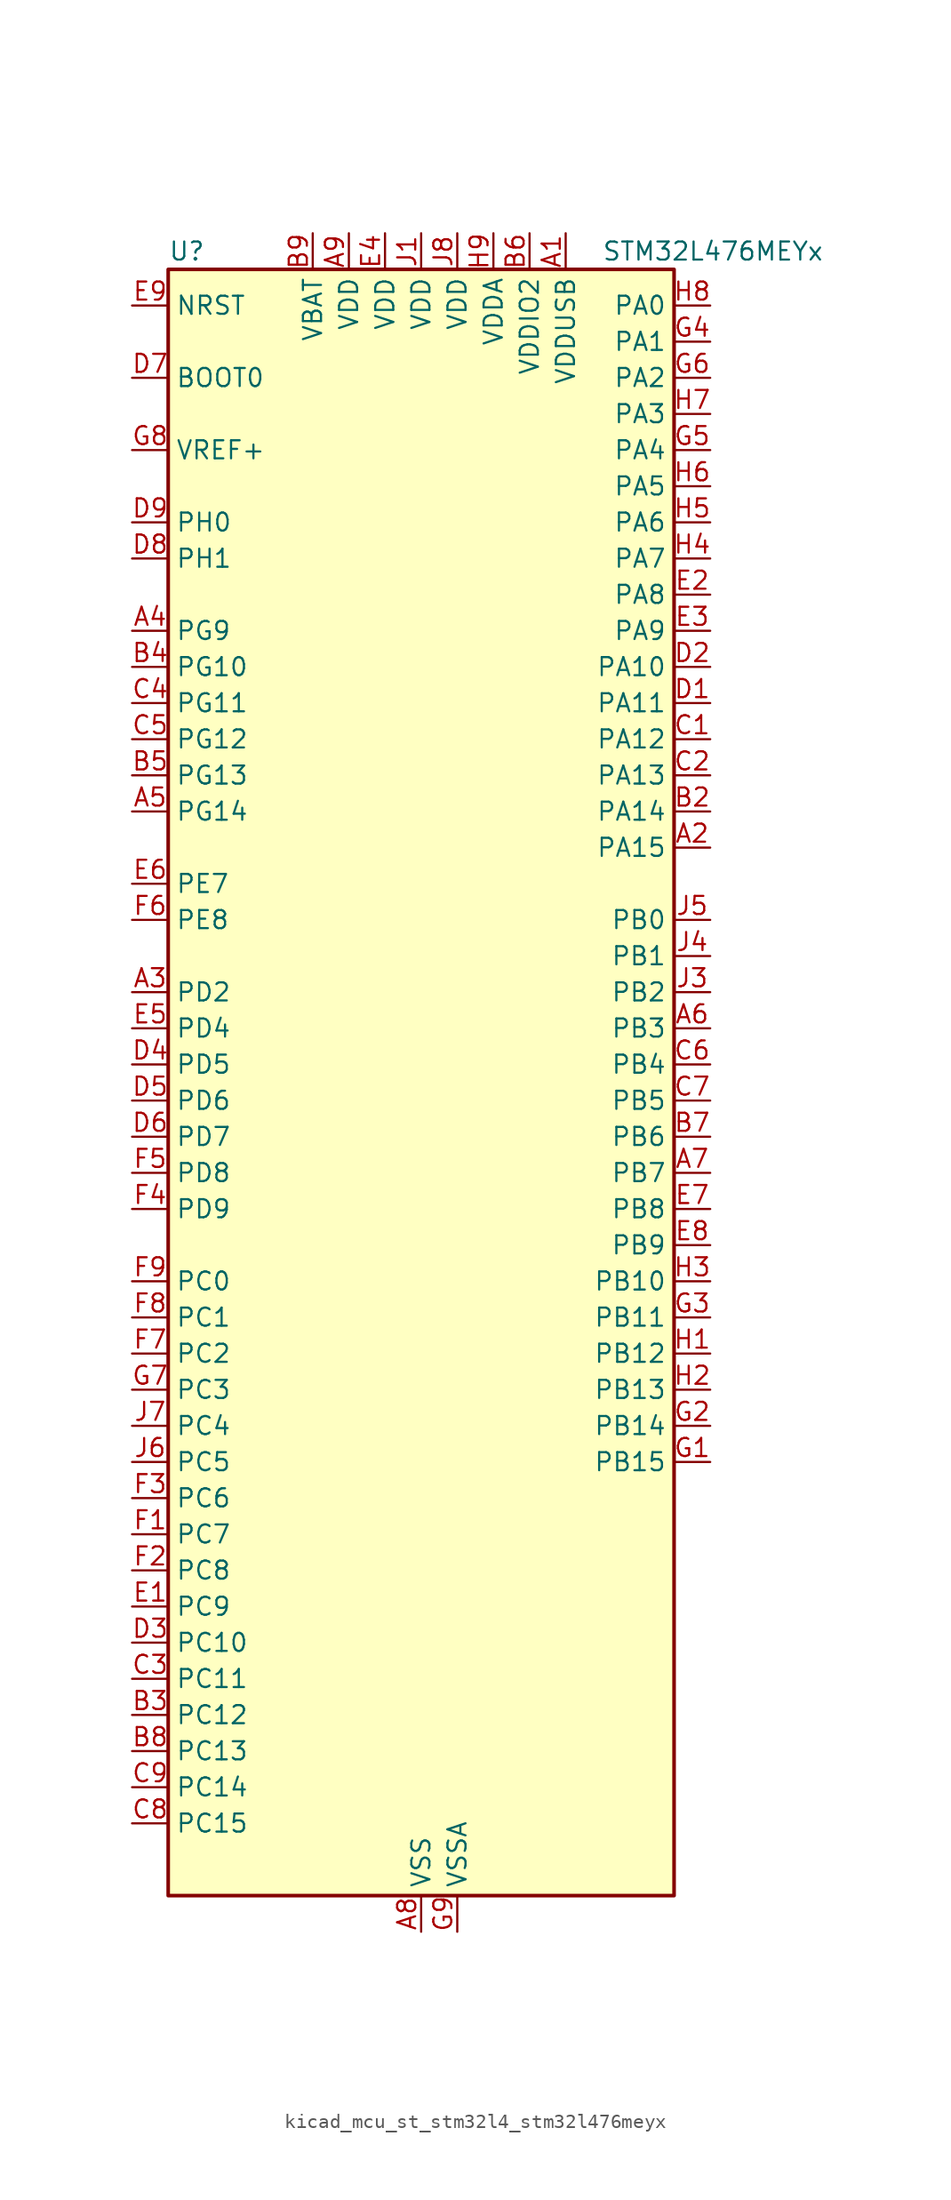
<source format=kicad_sym>
(kicad_symbol_lib
  (version 20220914)
  (generator kicad_symbol_editor)
  (symbol "kicad_mcu_st_stm32l4_stm32l476meyx"
    (property "Reference" "U"
      (at -17.78 59.69 0)
      (effects (font (size 1.27 1.27)) (justify left)))
    (property "Value" "STM32L476MEYx"
      (at 12.7 59.69 0)
      (effects (font (size 1.27 1.27)) (justify left)))
    (property "ki_locked" ""
      (at 0 0 0)
      (effects (font (size 1.27 1.27))))
    (symbol "kicad_mcu_st_stm32l4_stm32l476meyx_0_1"
      (rectangle (start -17.78 -55.88) (end 17.78 58.42) (stroke (width 0.254) (type default)) (fill (type background))))
    (symbol "kicad_mcu_st_stm32l4_stm32l476meyx_1_1"
      (pin power_in line (at 10.16 60.96 270) (length 2.54) (name "VDDUSB" (effects (font (size 1.27 1.27)))) (number "A1" (effects (font (size 1.27 1.27)))))
      (pin bidirectional line (at 20.32 17.78 180) (length 2.54) (name "PA15" (effects (font (size 1.27 1.27)))) (number "A2" (effects (font (size 1.27 1.27)))) (alternate "ADC1_EXTI15" bidirectional line) (alternate "ADC2_EXTI15" bidirectional line) (alternate "ADC3_EXTI15" bidirectional line) (alternate "LCD_SEG17" bidirectional line) (alternate "SAI2_FS_B" bidirectional line) (alternate "SPI1_NSS" bidirectional line) (alternate "SPI3_NSS" bidirectional line) (alternate "SYS_JTDI" bidirectional line) (alternate "TIM2_CH1" bidirectional line) (alternate "TIM2_ETR" bidirectional line) (alternate "TSC_G3_IO1" bidirectional line) (alternate "UART4_DE" bidirectional line) (alternate "UART4_RTS" bidirectional line))
      (pin bidirectional line (at -20.32 7.62 0) (length 2.54) (name "PD2" (effects (font (size 1.27 1.27)))) (number "A3" (effects (font (size 1.27 1.27)))) (alternate "LCD_COM7" bidirectional line) (alternate "LCD_SEG31" bidirectional line) (alternate "LCD_SEG43" bidirectional line) (alternate "SDMMC1_CMD" bidirectional line) (alternate "TIM3_ETR" bidirectional line) (alternate "TSC_SYNC" bidirectional line) (alternate "UART5_RX" bidirectional line) (alternate "USART3_DE" bidirectional line) (alternate "USART3_RTS" bidirectional line))
      (pin bidirectional line (at -20.32 33.02 0) (length 2.54) (name "PG9" (effects (font (size 1.27 1.27)))) (number "A4" (effects (font (size 1.27 1.27)))) (alternate "DAC1_EXTI9" bidirectional line) (alternate "SAI2_SCK_A" bidirectional line) (alternate "SPI3_SCK" bidirectional line) (alternate "TIM15_CH1N" bidirectional line) (alternate "USART1_TX" bidirectional line))
      (pin bidirectional line (at -20.32 20.32 0) (length 2.54) (name "PG14" (effects (font (size 1.27 1.27)))) (number "A5" (effects (font (size 1.27 1.27)))) (alternate "I2C1_SCL" bidirectional line))
      (pin bidirectional line (at 20.32 5.08 180) (length 2.54) (name "PB3" (effects (font (size 1.27 1.27)))) (number "A6" (effects (font (size 1.27 1.27)))) (alternate "COMP2_INM" bidirectional line) (alternate "LCD_SEG7" bidirectional line) (alternate "SAI1_SCK_B" bidirectional line) (alternate "SPI1_SCK" bidirectional line) (alternate "SPI3_SCK" bidirectional line) (alternate "SYS_JTDO-SWO" bidirectional line) (alternate "TIM2_CH2" bidirectional line) (alternate "USART1_DE" bidirectional line) (alternate "USART1_RTS" bidirectional line))
      (pin bidirectional line (at 20.32 -5.08 180) (length 2.54) (name "PB7" (effects (font (size 1.27 1.27)))) (number "A7" (effects (font (size 1.27 1.27)))) (alternate "COMP2_INM" bidirectional line) (alternate "DFSDM1_CKIN5" bidirectional line) (alternate "I2C1_SDA" bidirectional line) (alternate "LCD_SEG21" bidirectional line) (alternate "LPTIM1_IN2" bidirectional line) (alternate "SYS_PVD_IN" bidirectional line) (alternate "TIM17_CH1N" bidirectional line) (alternate "TIM4_CH2" bidirectional line) (alternate "TIM8_BKIN" bidirectional line) (alternate "TIM8_BKIN_COMP1" bidirectional line) (alternate "TSC_G2_IO4" bidirectional line) (alternate "UART4_CTS" bidirectional line) (alternate "USART1_RX" bidirectional line))
      (pin power_in line (at 0 -58.42 90) (length 2.54) (name "VSS" (effects (font (size 1.27 1.27)))) (number "A8" (effects (font (size 1.27 1.27)))))
      (pin power_in line (at -5.08 60.96 270) (length 2.54) (name "VDD" (effects (font (size 1.27 1.27)))) (number "A9" (effects (font (size 1.27 1.27)))))
      (pin passive line (at 0 -58.42 90) (length 2.54) hide (name "VSS" (effects (font (size 1.27 1.27)))) (number "B1" (effects (font (size 1.27 1.27)))))
      (pin bidirectional line (at 20.32 20.32 180) (length 2.54) (name "PA14" (effects (font (size 1.27 1.27)))) (number "B2" (effects (font (size 1.27 1.27)))) (alternate "SYS_JTCK-SWCLK" bidirectional line))
      (pin bidirectional line (at -20.32 -43.18 0) (length 2.54) (name "PC12" (effects (font (size 1.27 1.27)))) (number "B3" (effects (font (size 1.27 1.27)))) (alternate "LCD_COM6" bidirectional line) (alternate "LCD_SEG30" bidirectional line) (alternate "LCD_SEG42" bidirectional line) (alternate "SAI2_SD_B" bidirectional line) (alternate "SDMMC1_CK" bidirectional line) (alternate "SPI3_MOSI" bidirectional line) (alternate "TSC_G3_IO4" bidirectional line) (alternate "UART5_TX" bidirectional line) (alternate "USART3_CK" bidirectional line))
      (pin bidirectional line (at -20.32 30.48 0) (length 2.54) (name "PG10" (effects (font (size 1.27 1.27)))) (number "B4" (effects (font (size 1.27 1.27)))) (alternate "LPTIM1_IN1" bidirectional line) (alternate "SAI2_FS_A" bidirectional line) (alternate "SPI3_MISO" bidirectional line) (alternate "TIM15_CH1" bidirectional line) (alternate "USART1_RX" bidirectional line))
      (pin bidirectional line (at -20.32 22.86 0) (length 2.54) (name "PG13" (effects (font (size 1.27 1.27)))) (number "B5" (effects (font (size 1.27 1.27)))) (alternate "I2C1_SDA" bidirectional line) (alternate "USART1_CK" bidirectional line))
      (pin power_in line (at 7.62 60.96 270) (length 2.54) (name "VDDIO2" (effects (font (size 1.27 1.27)))) (number "B6" (effects (font (size 1.27 1.27)))))
      (pin bidirectional line (at 20.32 -2.54 180) (length 2.54) (name "PB6" (effects (font (size 1.27 1.27)))) (number "B7" (effects (font (size 1.27 1.27)))) (alternate "COMP2_INP" bidirectional line) (alternate "DFSDM1_DATIN5" bidirectional line) (alternate "I2C1_SCL" bidirectional line) (alternate "LPTIM1_ETR" bidirectional line) (alternate "SAI1_FS_B" bidirectional line) (alternate "TIM16_CH1N" bidirectional line) (alternate "TIM4_CH1" bidirectional line) (alternate "TIM8_BKIN2" bidirectional line) (alternate "TIM8_BKIN2_COMP2" bidirectional line) (alternate "TSC_G2_IO3" bidirectional line) (alternate "USART1_TX" bidirectional line))
      (pin bidirectional line (at -20.32 -45.72 0) (length 2.54) (name "PC13" (effects (font (size 1.27 1.27)))) (number "B8" (effects (font (size 1.27 1.27)))) (alternate "RTC_OUT_ALARM" bidirectional line) (alternate "RTC_OUT_CALIB" bidirectional line) (alternate "RTC_TAMP1" bidirectional line) (alternate "RTC_TS" bidirectional line) (alternate "SYS_WKUP2" bidirectional line))
      (pin power_in line (at -7.62 60.96 270) (length 2.54) (name "VBAT" (effects (font (size 1.27 1.27)))) (number "B9" (effects (font (size 1.27 1.27)))))
      (pin bidirectional line (at 20.32 25.4 180) (length 2.54) (name "PA12" (effects (font (size 1.27 1.27)))) (number "C1" (effects (font (size 1.27 1.27)))) (alternate "CAN1_TX" bidirectional line) (alternate "TIM1_ETR" bidirectional line) (alternate "USART1_DE" bidirectional line) (alternate "USART1_RTS" bidirectional line) (alternate "USB_OTG_FS_DP" bidirectional line))
      (pin bidirectional line (at 20.32 22.86 180) (length 2.54) (name "PA13" (effects (font (size 1.27 1.27)))) (number "C2" (effects (font (size 1.27 1.27)))) (alternate "IR_OUT" bidirectional line) (alternate "SYS_JTMS-SWDIO" bidirectional line) (alternate "USB_OTG_FS_NOE" bidirectional line))
      (pin bidirectional line (at -20.32 -40.64 0) (length 2.54) (name "PC11" (effects (font (size 1.27 1.27)))) (number "C3" (effects (font (size 1.27 1.27)))) (alternate "ADC1_EXTI11" bidirectional line) (alternate "ADC2_EXTI11" bidirectional line) (alternate "ADC3_EXTI11" bidirectional line) (alternate "LCD_COM5" bidirectional line) (alternate "LCD_SEG29" bidirectional line) (alternate "LCD_SEG41" bidirectional line) (alternate "SAI2_MCLK_B" bidirectional line) (alternate "SDMMC1_D3" bidirectional line) (alternate "SPI3_MISO" bidirectional line) (alternate "TSC_G3_IO3" bidirectional line) (alternate "UART4_RX" bidirectional line) (alternate "USART3_RX" bidirectional line))
      (pin bidirectional line (at -20.32 27.94 0) (length 2.54) (name "PG11" (effects (font (size 1.27 1.27)))) (number "C4" (effects (font (size 1.27 1.27)))) (alternate "ADC1_EXTI11" bidirectional line) (alternate "ADC2_EXTI11" bidirectional line) (alternate "ADC3_EXTI11" bidirectional line) (alternate "LPTIM1_IN2" bidirectional line) (alternate "SAI2_MCLK_A" bidirectional line) (alternate "SPI3_MOSI" bidirectional line) (alternate "TIM15_CH2" bidirectional line) (alternate "USART1_CTS" bidirectional line))
      (pin bidirectional line (at -20.32 25.4 0) (length 2.54) (name "PG12" (effects (font (size 1.27 1.27)))) (number "C5" (effects (font (size 1.27 1.27)))) (alternate "LPTIM1_ETR" bidirectional line) (alternate "SAI2_SD_A" bidirectional line) (alternate "SPI3_NSS" bidirectional line) (alternate "USART1_DE" bidirectional line) (alternate "USART1_RTS" bidirectional line))
      (pin bidirectional line (at 20.32 2.54 180) (length 2.54) (name "PB4" (effects (font (size 1.27 1.27)))) (number "C6" (effects (font (size 1.27 1.27)))) (alternate "COMP2_INP" bidirectional line) (alternate "LCD_SEG8" bidirectional line) (alternate "SAI1_MCLK_B" bidirectional line) (alternate "SPI1_MISO" bidirectional line) (alternate "SPI3_MISO" bidirectional line) (alternate "SYS_JTRST" bidirectional line) (alternate "TIM17_BKIN" bidirectional line) (alternate "TIM3_CH1" bidirectional line) (alternate "TSC_G2_IO1" bidirectional line) (alternate "UART5_DE" bidirectional line) (alternate "UART5_RTS" bidirectional line) (alternate "USART1_CTS" bidirectional line))
      (pin bidirectional line (at 20.32 0 180) (length 2.54) (name "PB5" (effects (font (size 1.27 1.27)))) (number "C7" (effects (font (size 1.27 1.27)))) (alternate "COMP2_OUT" bidirectional line) (alternate "I2C1_SMBA" bidirectional line) (alternate "LCD_SEG9" bidirectional line) (alternate "LPTIM1_IN1" bidirectional line) (alternate "SAI1_SD_B" bidirectional line) (alternate "SPI1_MOSI" bidirectional line) (alternate "SPI3_MOSI" bidirectional line) (alternate "TIM16_BKIN" bidirectional line) (alternate "TIM3_CH2" bidirectional line) (alternate "TSC_G2_IO2" bidirectional line) (alternate "UART5_CTS" bidirectional line) (alternate "USART1_CK" bidirectional line))
      (pin bidirectional line (at -20.32 -50.8 0) (length 2.54) (name "PC15" (effects (font (size 1.27 1.27)))) (number "C8" (effects (font (size 1.27 1.27)))) (alternate "ADC1_EXTI15" bidirectional line) (alternate "ADC2_EXTI15" bidirectional line) (alternate "ADC3_EXTI15" bidirectional line) (alternate "RCC_OSC32_OUT" bidirectional line))
      (pin bidirectional line (at -20.32 -48.26 0) (length 2.54) (name "PC14" (effects (font (size 1.27 1.27)))) (number "C9" (effects (font (size 1.27 1.27)))) (alternate "RCC_OSC32_IN" bidirectional line))
      (pin bidirectional line (at 20.32 27.94 180) (length 2.54) (name "PA11" (effects (font (size 1.27 1.27)))) (number "D1" (effects (font (size 1.27 1.27)))) (alternate "ADC1_EXTI11" bidirectional line) (alternate "ADC2_EXTI11" bidirectional line) (alternate "ADC3_EXTI11" bidirectional line) (alternate "CAN1_RX" bidirectional line) (alternate "TIM1_BKIN2" bidirectional line) (alternate "TIM1_BKIN2_COMP1" bidirectional line) (alternate "TIM1_CH4" bidirectional line) (alternate "USART1_CTS" bidirectional line) (alternate "USB_OTG_FS_DM" bidirectional line))
      (pin bidirectional line (at 20.32 30.48 180) (length 2.54) (name "PA10" (effects (font (size 1.27 1.27)))) (number "D2" (effects (font (size 1.27 1.27)))) (alternate "LCD_COM2" bidirectional line) (alternate "TIM17_BKIN" bidirectional line) (alternate "TIM1_CH3" bidirectional line) (alternate "USART1_RX" bidirectional line) (alternate "USB_OTG_FS_ID" bidirectional line))
      (pin bidirectional line (at -20.32 -38.1 0) (length 2.54) (name "PC10" (effects (font (size 1.27 1.27)))) (number "D3" (effects (font (size 1.27 1.27)))) (alternate "LCD_COM4" bidirectional line) (alternate "LCD_SEG28" bidirectional line) (alternate "LCD_SEG40" bidirectional line) (alternate "SAI2_SCK_B" bidirectional line) (alternate "SDMMC1_D2" bidirectional line) (alternate "SPI3_SCK" bidirectional line) (alternate "TSC_G3_IO2" bidirectional line) (alternate "UART4_TX" bidirectional line) (alternate "USART3_TX" bidirectional line))
      (pin bidirectional line (at -20.32 2.54 0) (length 2.54) (name "PD5" (effects (font (size 1.27 1.27)))) (number "D4" (effects (font (size 1.27 1.27)))) (alternate "USART2_TX" bidirectional line))
      (pin bidirectional line (at -20.32 0 0) (length 2.54) (name "PD6" (effects (font (size 1.27 1.27)))) (number "D5" (effects (font (size 1.27 1.27)))) (alternate "DFSDM1_DATIN1" bidirectional line) (alternate "SAI1_SD_A" bidirectional line) (alternate "USART2_RX" bidirectional line))
      (pin bidirectional line (at -20.32 -2.54 0) (length 2.54) (name "PD7" (effects (font (size 1.27 1.27)))) (number "D6" (effects (font (size 1.27 1.27)))) (alternate "DFSDM1_CKIN1" bidirectional line) (alternate "USART2_CK" bidirectional line))
      (pin input line (at -20.32 50.8 0) (length 2.54) (name "BOOT0" (effects (font (size 1.27 1.27)))) (number "D7" (effects (font (size 1.27 1.27)))))
      (pin bidirectional line (at -20.32 38.1 0) (length 2.54) (name "PH1" (effects (font (size 1.27 1.27)))) (number "D8" (effects (font (size 1.27 1.27)))) (alternate "RCC_OSC_OUT" bidirectional line))
      (pin bidirectional line (at -20.32 40.64 0) (length 2.54) (name "PH0" (effects (font (size 1.27 1.27)))) (number "D9" (effects (font (size 1.27 1.27)))) (alternate "RCC_OSC_IN" bidirectional line))
      (pin bidirectional line (at -20.32 -35.56 0) (length 2.54) (name "PC9" (effects (font (size 1.27 1.27)))) (number "E1" (effects (font (size 1.27 1.27)))) (alternate "DAC1_EXTI9" bidirectional line) (alternate "LCD_SEG27" bidirectional line) (alternate "SAI2_EXTCLK" bidirectional line) (alternate "SDMMC1_D1" bidirectional line) (alternate "TIM3_CH4" bidirectional line) (alternate "TIM8_BKIN2" bidirectional line) (alternate "TIM8_BKIN2_COMP1" bidirectional line) (alternate "TIM8_CH4" bidirectional line) (alternate "TSC_G4_IO4" bidirectional line) (alternate "USB_OTG_FS_NOE" bidirectional line))
      (pin bidirectional line (at 20.32 35.56 180) (length 2.54) (name "PA8" (effects (font (size 1.27 1.27)))) (number "E2" (effects (font (size 1.27 1.27)))) (alternate "LCD_COM0" bidirectional line) (alternate "LPTIM2_OUT" bidirectional line) (alternate "RCC_MCO" bidirectional line) (alternate "TIM1_CH1" bidirectional line) (alternate "USART1_CK" bidirectional line) (alternate "USB_OTG_FS_SOF" bidirectional line))
      (pin bidirectional line (at 20.32 33.02 180) (length 2.54) (name "PA9" (effects (font (size 1.27 1.27)))) (number "E3" (effects (font (size 1.27 1.27)))) (alternate "DAC1_EXTI9" bidirectional line) (alternate "LCD_COM1" bidirectional line) (alternate "TIM15_BKIN" bidirectional line) (alternate "TIM1_CH2" bidirectional line) (alternate "USART1_TX" bidirectional line) (alternate "USB_OTG_FS_VBUS" bidirectional line))
      (pin power_in line (at -2.54 60.96 270) (length 2.54) (name "VDD" (effects (font (size 1.27 1.27)))) (number "E4" (effects (font (size 1.27 1.27)))))
      (pin bidirectional line (at -20.32 5.08 0) (length 2.54) (name "PD4" (effects (font (size 1.27 1.27)))) (number "E5" (effects (font (size 1.27 1.27)))) (alternate "DFSDM1_CKIN0" bidirectional line) (alternate "SPI2_MOSI" bidirectional line) (alternate "USART2_DE" bidirectional line) (alternate "USART2_RTS" bidirectional line))
      (pin bidirectional line (at -20.32 15.24 0) (length 2.54) (name "PE7" (effects (font (size 1.27 1.27)))) (number "E6" (effects (font (size 1.27 1.27)))) (alternate "DFSDM1_DATIN2" bidirectional line) (alternate "SAI1_SD_B" bidirectional line) (alternate "TIM1_ETR" bidirectional line))
      (pin bidirectional line (at 20.32 -7.62 180) (length 2.54) (name "PB8" (effects (font (size 1.27 1.27)))) (number "E7" (effects (font (size 1.27 1.27)))) (alternate "CAN1_RX" bidirectional line) (alternate "DFSDM1_DATIN6" bidirectional line) (alternate "I2C1_SCL" bidirectional line) (alternate "LCD_SEG16" bidirectional line) (alternate "SAI1_MCLK_A" bidirectional line) (alternate "SDMMC1_D4" bidirectional line) (alternate "TIM16_CH1" bidirectional line) (alternate "TIM4_CH3" bidirectional line))
      (pin bidirectional line (at 20.32 -10.16 180) (length 2.54) (name "PB9" (effects (font (size 1.27 1.27)))) (number "E8" (effects (font (size 1.27 1.27)))) (alternate "CAN1_TX" bidirectional line) (alternate "DAC1_EXTI9" bidirectional line) (alternate "DFSDM1_CKIN6" bidirectional line) (alternate "I2C1_SDA" bidirectional line) (alternate "IR_OUT" bidirectional line) (alternate "LCD_COM3" bidirectional line) (alternate "SAI1_FS_A" bidirectional line) (alternate "SDMMC1_D5" bidirectional line) (alternate "SPI2_NSS" bidirectional line) (alternate "TIM17_CH1" bidirectional line) (alternate "TIM4_CH4" bidirectional line))
      (pin input line (at -20.32 55.88 0) (length 2.54) (name "NRST" (effects (font (size 1.27 1.27)))) (number "E9" (effects (font (size 1.27 1.27)))))
      (pin bidirectional line (at -20.32 -30.48 0) (length 2.54) (name "PC7" (effects (font (size 1.27 1.27)))) (number "F1" (effects (font (size 1.27 1.27)))) (alternate "DFSDM1_DATIN3" bidirectional line) (alternate "LCD_SEG25" bidirectional line) (alternate "SAI2_MCLK_B" bidirectional line) (alternate "SDMMC1_D7" bidirectional line) (alternate "TIM3_CH2" bidirectional line) (alternate "TIM8_CH2" bidirectional line) (alternate "TSC_G4_IO2" bidirectional line))
      (pin bidirectional line (at -20.32 -33.02 0) (length 2.54) (name "PC8" (effects (font (size 1.27 1.27)))) (number "F2" (effects (font (size 1.27 1.27)))) (alternate "LCD_SEG26" bidirectional line) (alternate "SDMMC1_D0" bidirectional line) (alternate "TIM3_CH3" bidirectional line) (alternate "TIM8_CH3" bidirectional line) (alternate "TSC_G4_IO3" bidirectional line))
      (pin bidirectional line (at -20.32 -27.94 0) (length 2.54) (name "PC6" (effects (font (size 1.27 1.27)))) (number "F3" (effects (font (size 1.27 1.27)))) (alternate "DFSDM1_CKIN3" bidirectional line) (alternate "LCD_SEG24" bidirectional line) (alternate "SAI2_MCLK_A" bidirectional line) (alternate "SDMMC1_D6" bidirectional line) (alternate "TIM3_CH1" bidirectional line) (alternate "TIM8_CH1" bidirectional line) (alternate "TSC_G4_IO1" bidirectional line))
      (pin bidirectional line (at -20.32 -7.62 0) (length 2.54) (name "PD9" (effects (font (size 1.27 1.27)))) (number "F4" (effects (font (size 1.27 1.27)))) (alternate "DAC1_EXTI9" bidirectional line) (alternate "LCD_SEG29" bidirectional line) (alternate "SAI2_MCLK_A" bidirectional line) (alternate "USART3_RX" bidirectional line))
      (pin bidirectional line (at -20.32 -5.08 0) (length 2.54) (name "PD8" (effects (font (size 1.27 1.27)))) (number "F5" (effects (font (size 1.27 1.27)))) (alternate "LCD_SEG28" bidirectional line) (alternate "USART3_TX" bidirectional line))
      (pin bidirectional line (at -20.32 12.7 0) (length 2.54) (name "PE8" (effects (font (size 1.27 1.27)))) (number "F6" (effects (font (size 1.27 1.27)))) (alternate "DFSDM1_CKIN2" bidirectional line) (alternate "SAI1_SCK_B" bidirectional line) (alternate "TIM1_CH1N" bidirectional line))
      (pin bidirectional line (at -20.32 -17.78 0) (length 2.54) (name "PC2" (effects (font (size 1.27 1.27)))) (number "F7" (effects (font (size 1.27 1.27)))) (alternate "ADC1_IN3" bidirectional line) (alternate "ADC2_IN3" bidirectional line) (alternate "ADC3_IN3" bidirectional line) (alternate "DFSDM1_CKOUT" bidirectional line) (alternate "LCD_SEG20" bidirectional line) (alternate "LPTIM1_IN2" bidirectional line) (alternate "SPI2_MISO" bidirectional line))
      (pin bidirectional line (at -20.32 -15.24 0) (length 2.54) (name "PC1" (effects (font (size 1.27 1.27)))) (number "F8" (effects (font (size 1.27 1.27)))) (alternate "ADC1_IN2" bidirectional line) (alternate "ADC2_IN2" bidirectional line) (alternate "ADC3_IN2" bidirectional line) (alternate "DFSDM1_CKIN4" bidirectional line) (alternate "I2C3_SDA" bidirectional line) (alternate "LCD_SEG19" bidirectional line) (alternate "LPTIM1_OUT" bidirectional line) (alternate "LPUART1_TX" bidirectional line))
      (pin bidirectional line (at -20.32 -12.7 0) (length 2.54) (name "PC0" (effects (font (size 1.27 1.27)))) (number "F9" (effects (font (size 1.27 1.27)))) (alternate "ADC1_IN1" bidirectional line) (alternate "ADC2_IN1" bidirectional line) (alternate "ADC3_IN1" bidirectional line) (alternate "DFSDM1_DATIN4" bidirectional line) (alternate "I2C3_SCL" bidirectional line) (alternate "LCD_SEG18" bidirectional line) (alternate "LPTIM1_IN1" bidirectional line) (alternate "LPTIM2_IN1" bidirectional line) (alternate "LPUART1_RX" bidirectional line))
      (pin bidirectional line (at 20.32 -25.4 180) (length 2.54) (name "PB15" (effects (font (size 1.27 1.27)))) (number "G1" (effects (font (size 1.27 1.27)))) (alternate "ADC1_EXTI15" bidirectional line) (alternate "ADC2_EXTI15" bidirectional line) (alternate "ADC3_EXTI15" bidirectional line) (alternate "DFSDM1_CKIN2" bidirectional line) (alternate "LCD_SEG15" bidirectional line) (alternate "RTC_REFIN" bidirectional line) (alternate "SAI2_SD_A" bidirectional line) (alternate "SPI2_MOSI" bidirectional line) (alternate "SWPMI1_SUSPEND" bidirectional line) (alternate "TIM15_CH2" bidirectional line) (alternate "TIM1_CH3N" bidirectional line) (alternate "TIM8_CH3N" bidirectional line) (alternate "TSC_G1_IO4" bidirectional line))
      (pin bidirectional line (at 20.32 -22.86 180) (length 2.54) (name "PB14" (effects (font (size 1.27 1.27)))) (number "G2" (effects (font (size 1.27 1.27)))) (alternate "DFSDM1_DATIN2" bidirectional line) (alternate "I2C2_SDA" bidirectional line) (alternate "LCD_SEG14" bidirectional line) (alternate "SAI2_MCLK_A" bidirectional line) (alternate "SPI2_MISO" bidirectional line) (alternate "SWPMI1_RX" bidirectional line) (alternate "TIM15_CH1" bidirectional line) (alternate "TIM1_CH2N" bidirectional line) (alternate "TIM8_CH2N" bidirectional line) (alternate "TSC_G1_IO3" bidirectional line) (alternate "USART3_DE" bidirectional line) (alternate "USART3_RTS" bidirectional line))
      (pin bidirectional line (at 20.32 -15.24 180) (length 2.54) (name "PB11" (effects (font (size 1.27 1.27)))) (number "G3" (effects (font (size 1.27 1.27)))) (alternate "ADC1_EXTI11" bidirectional line) (alternate "ADC2_EXTI11" bidirectional line) (alternate "ADC3_EXTI11" bidirectional line) (alternate "COMP2_OUT" bidirectional line) (alternate "DFSDM1_CKIN7" bidirectional line) (alternate "I2C2_SDA" bidirectional line) (alternate "LCD_SEG11" bidirectional line) (alternate "LPUART1_TX" bidirectional line) (alternate "QUADSPI_NCS" bidirectional line) (alternate "TIM2_CH4" bidirectional line) (alternate "USART3_RX" bidirectional line))
      (pin bidirectional line (at 20.32 53.34 180) (length 2.54) (name "PA1" (effects (font (size 1.27 1.27)))) (number "G4" (effects (font (size 1.27 1.27)))) (alternate "ADC1_IN6" bidirectional line) (alternate "ADC2_IN6" bidirectional line) (alternate "LCD_SEG0" bidirectional line) (alternate "OPAMP1_VINM" bidirectional line) (alternate "TIM15_CH1N" bidirectional line) (alternate "TIM2_CH2" bidirectional line) (alternate "TIM5_CH2" bidirectional line) (alternate "UART4_RX" bidirectional line) (alternate "USART2_DE" bidirectional line) (alternate "USART2_RTS" bidirectional line))
      (pin bidirectional line (at 20.32 45.72 180) (length 2.54) (name "PA4" (effects (font (size 1.27 1.27)))) (number "G5" (effects (font (size 1.27 1.27)))) (alternate "ADC1_IN9" bidirectional line) (alternate "ADC2_IN9" bidirectional line) (alternate "DAC1_OUT1" bidirectional line) (alternate "LPTIM2_OUT" bidirectional line) (alternate "SAI1_FS_B" bidirectional line) (alternate "SPI1_NSS" bidirectional line) (alternate "SPI3_NSS" bidirectional line) (alternate "USART2_CK" bidirectional line))
      (pin bidirectional line (at 20.32 50.8 180) (length 2.54) (name "PA2" (effects (font (size 1.27 1.27)))) (number "G6" (effects (font (size 1.27 1.27)))) (alternate "ADC1_IN7" bidirectional line) (alternate "ADC2_IN7" bidirectional line) (alternate "LCD_SEG1" bidirectional line) (alternate "RCC_LSCO" bidirectional line) (alternate "SAI2_EXTCLK" bidirectional line) (alternate "SYS_WKUP4" bidirectional line) (alternate "TIM15_CH1" bidirectional line) (alternate "TIM2_CH3" bidirectional line) (alternate "TIM5_CH3" bidirectional line) (alternate "USART2_TX" bidirectional line))
      (pin bidirectional line (at -20.32 -20.32 0) (length 2.54) (name "PC3" (effects (font (size 1.27 1.27)))) (number "G7" (effects (font (size 1.27 1.27)))) (alternate "ADC1_IN4" bidirectional line) (alternate "ADC2_IN4" bidirectional line) (alternate "ADC3_IN4" bidirectional line) (alternate "LCD_VLCD" bidirectional line) (alternate "LPTIM1_ETR" bidirectional line) (alternate "LPTIM2_ETR" bidirectional line) (alternate "SAI1_SD_A" bidirectional line) (alternate "SPI2_MOSI" bidirectional line))
      (pin input line (at -20.32 45.72 0) (length 2.54) (name "VREF+" (effects (font (size 1.27 1.27)))) (number "G8" (effects (font (size 1.27 1.27)))) (alternate "VREFBUF_OUT" bidirectional line))
      (pin power_in line (at 2.54 -58.42 90) (length 2.54) (name "VSSA" (effects (font (size 1.27 1.27)))) (number "G9" (effects (font (size 1.27 1.27)))))
      (pin bidirectional line (at 20.32 -17.78 180) (length 2.54) (name "PB12" (effects (font (size 1.27 1.27)))) (number "H1" (effects (font (size 1.27 1.27)))) (alternate "DFSDM1_DATIN1" bidirectional line) (alternate "I2C2_SMBA" bidirectional line) (alternate "LCD_SEG12" bidirectional line) (alternate "LPUART1_DE" bidirectional line) (alternate "LPUART1_RTS" bidirectional line) (alternate "SAI2_FS_A" bidirectional line) (alternate "SPI2_NSS" bidirectional line) (alternate "SWPMI1_IO" bidirectional line) (alternate "TIM15_BKIN" bidirectional line) (alternate "TIM1_BKIN" bidirectional line) (alternate "TIM1_BKIN_COMP2" bidirectional line) (alternate "TSC_G1_IO1" bidirectional line) (alternate "USART3_CK" bidirectional line))
      (pin bidirectional line (at 20.32 -20.32 180) (length 2.54) (name "PB13" (effects (font (size 1.27 1.27)))) (number "H2" (effects (font (size 1.27 1.27)))) (alternate "DFSDM1_CKIN1" bidirectional line) (alternate "I2C2_SCL" bidirectional line) (alternate "LCD_SEG13" bidirectional line) (alternate "LPUART1_CTS" bidirectional line) (alternate "SAI2_SCK_A" bidirectional line) (alternate "SPI2_SCK" bidirectional line) (alternate "SWPMI1_TX" bidirectional line) (alternate "TIM15_CH1N" bidirectional line) (alternate "TIM1_CH1N" bidirectional line) (alternate "TSC_G1_IO2" bidirectional line) (alternate "USART3_CTS" bidirectional line))
      (pin bidirectional line (at 20.32 -12.7 180) (length 2.54) (name "PB10" (effects (font (size 1.27 1.27)))) (number "H3" (effects (font (size 1.27 1.27)))) (alternate "COMP1_OUT" bidirectional line) (alternate "DFSDM1_DATIN7" bidirectional line) (alternate "I2C2_SCL" bidirectional line) (alternate "LCD_SEG10" bidirectional line) (alternate "LPUART1_RX" bidirectional line) (alternate "QUADSPI_CLK" bidirectional line) (alternate "SAI1_SCK_A" bidirectional line) (alternate "SPI2_SCK" bidirectional line) (alternate "TIM2_CH3" bidirectional line) (alternate "USART3_TX" bidirectional line))
      (pin bidirectional line (at 20.32 38.1 180) (length 2.54) (name "PA7" (effects (font (size 1.27 1.27)))) (number "H4" (effects (font (size 1.27 1.27)))) (alternate "ADC1_IN12" bidirectional line) (alternate "ADC2_IN12" bidirectional line) (alternate "LCD_SEG4" bidirectional line) (alternate "OPAMP2_VINM" bidirectional line) (alternate "QUADSPI_BK1_IO2" bidirectional line) (alternate "SPI1_MOSI" bidirectional line) (alternate "TIM17_CH1" bidirectional line) (alternate "TIM1_CH1N" bidirectional line) (alternate "TIM3_CH2" bidirectional line) (alternate "TIM8_CH1N" bidirectional line))
      (pin bidirectional line (at 20.32 40.64 180) (length 2.54) (name "PA6" (effects (font (size 1.27 1.27)))) (number "H5" (effects (font (size 1.27 1.27)))) (alternate "ADC1_IN11" bidirectional line) (alternate "ADC2_IN11" bidirectional line) (alternate "LCD_SEG3" bidirectional line) (alternate "OPAMP2_VINP" bidirectional line) (alternate "QUADSPI_BK1_IO3" bidirectional line) (alternate "SPI1_MISO" bidirectional line) (alternate "TIM16_CH1" bidirectional line) (alternate "TIM1_BKIN" bidirectional line) (alternate "TIM1_BKIN_COMP2" bidirectional line) (alternate "TIM3_CH1" bidirectional line) (alternate "TIM8_BKIN" bidirectional line) (alternate "TIM8_BKIN_COMP2" bidirectional line) (alternate "USART3_CTS" bidirectional line))
      (pin bidirectional line (at 20.32 43.18 180) (length 2.54) (name "PA5" (effects (font (size 1.27 1.27)))) (number "H6" (effects (font (size 1.27 1.27)))) (alternate "ADC1_IN10" bidirectional line) (alternate "ADC2_IN10" bidirectional line) (alternate "DAC1_OUT2" bidirectional line) (alternate "LPTIM2_ETR" bidirectional line) (alternate "SPI1_SCK" bidirectional line) (alternate "TIM2_CH1" bidirectional line) (alternate "TIM2_ETR" bidirectional line) (alternate "TIM8_CH1N" bidirectional line))
      (pin bidirectional line (at 20.32 48.26 180) (length 2.54) (name "PA3" (effects (font (size 1.27 1.27)))) (number "H7" (effects (font (size 1.27 1.27)))) (alternate "ADC1_IN8" bidirectional line) (alternate "ADC2_IN8" bidirectional line) (alternate "LCD_SEG2" bidirectional line) (alternate "OPAMP1_VOUT" bidirectional line) (alternate "TIM15_CH2" bidirectional line) (alternate "TIM2_CH4" bidirectional line) (alternate "TIM5_CH4" bidirectional line) (alternate "USART2_RX" bidirectional line))
      (pin bidirectional line (at 20.32 55.88 180) (length 2.54) (name "PA0" (effects (font (size 1.27 1.27)))) (number "H8" (effects (font (size 1.27 1.27)))) (alternate "ADC1_IN5" bidirectional line) (alternate "ADC2_IN5" bidirectional line) (alternate "OPAMP1_VINP" bidirectional line) (alternate "RTC_TAMP2" bidirectional line) (alternate "SAI1_EXTCLK" bidirectional line) (alternate "SYS_WKUP1" bidirectional line) (alternate "TIM2_CH1" bidirectional line) (alternate "TIM2_ETR" bidirectional line) (alternate "TIM5_CH1" bidirectional line) (alternate "TIM8_ETR" bidirectional line) (alternate "UART4_TX" bidirectional line) (alternate "USART2_CTS" bidirectional line))
      (pin power_in line (at 5.08 60.96 270) (length 2.54) (name "VDDA" (effects (font (size 1.27 1.27)))) (number "H9" (effects (font (size 1.27 1.27)))))
      (pin power_in line (at 0 60.96 270) (length 2.54) (name "VDD" (effects (font (size 1.27 1.27)))) (number "J1" (effects (font (size 1.27 1.27)))))
      (pin passive line (at 0 -58.42 90) (length 2.54) hide (name "VSS" (effects (font (size 1.27 1.27)))) (number "J2" (effects (font (size 1.27 1.27)))))
      (pin bidirectional line (at 20.32 7.62 180) (length 2.54) (name "PB2" (effects (font (size 1.27 1.27)))) (number "J3" (effects (font (size 1.27 1.27)))) (alternate "COMP1_INP" bidirectional line) (alternate "DFSDM1_CKIN0" bidirectional line) (alternate "I2C3_SMBA" bidirectional line) (alternate "LPTIM1_OUT" bidirectional line) (alternate "RTC_OUT_ALARM" bidirectional line) (alternate "RTC_OUT_CALIB" bidirectional line))
      (pin bidirectional line (at 20.32 10.16 180) (length 2.54) (name "PB1" (effects (font (size 1.27 1.27)))) (number "J4" (effects (font (size 1.27 1.27)))) (alternate "ADC1_IN16" bidirectional line) (alternate "ADC2_IN16" bidirectional line) (alternate "COMP1_INM" bidirectional line) (alternate "DFSDM1_DATIN0" bidirectional line) (alternate "LCD_SEG6" bidirectional line) (alternate "LPTIM2_IN1" bidirectional line) (alternate "QUADSPI_BK1_IO0" bidirectional line) (alternate "TIM1_CH3N" bidirectional line) (alternate "TIM3_CH4" bidirectional line) (alternate "TIM8_CH3N" bidirectional line) (alternate "USART3_DE" bidirectional line) (alternate "USART3_RTS" bidirectional line))
      (pin bidirectional line (at 20.32 12.7 180) (length 2.54) (name "PB0" (effects (font (size 1.27 1.27)))) (number "J5" (effects (font (size 1.27 1.27)))) (alternate "ADC1_IN15" bidirectional line) (alternate "ADC2_IN15" bidirectional line) (alternate "COMP1_OUT" bidirectional line) (alternate "LCD_SEG5" bidirectional line) (alternate "OPAMP2_VOUT" bidirectional line) (alternate "QUADSPI_BK1_IO1" bidirectional line) (alternate "TIM1_CH2N" bidirectional line) (alternate "TIM3_CH3" bidirectional line) (alternate "TIM8_CH2N" bidirectional line) (alternate "USART3_CK" bidirectional line))
      (pin bidirectional line (at -20.32 -25.4 0) (length 2.54) (name "PC5" (effects (font (size 1.27 1.27)))) (number "J6" (effects (font (size 1.27 1.27)))) (alternate "ADC1_IN14" bidirectional line) (alternate "ADC2_IN14" bidirectional line) (alternate "COMP1_INP" bidirectional line) (alternate "LCD_SEG23" bidirectional line) (alternate "SYS_WKUP5" bidirectional line) (alternate "USART3_RX" bidirectional line))
      (pin bidirectional line (at -20.32 -22.86 0) (length 2.54) (name "PC4" (effects (font (size 1.27 1.27)))) (number "J7" (effects (font (size 1.27 1.27)))) (alternate "ADC1_IN13" bidirectional line) (alternate "ADC2_IN13" bidirectional line) (alternate "COMP1_INM" bidirectional line) (alternate "LCD_SEG22" bidirectional line) (alternate "USART3_TX" bidirectional line))
      (pin power_in line (at 2.54 60.96 270) (length 2.54) (name "VDD" (effects (font (size 1.27 1.27)))) (number "J8" (effects (font (size 1.27 1.27)))))
      (pin passive line (at 0 -58.42 90) (length 2.54) hide (name "VSS" (effects (font (size 1.27 1.27)))) (number "J9" (effects (font (size 1.27 1.27))))))))
</source>
